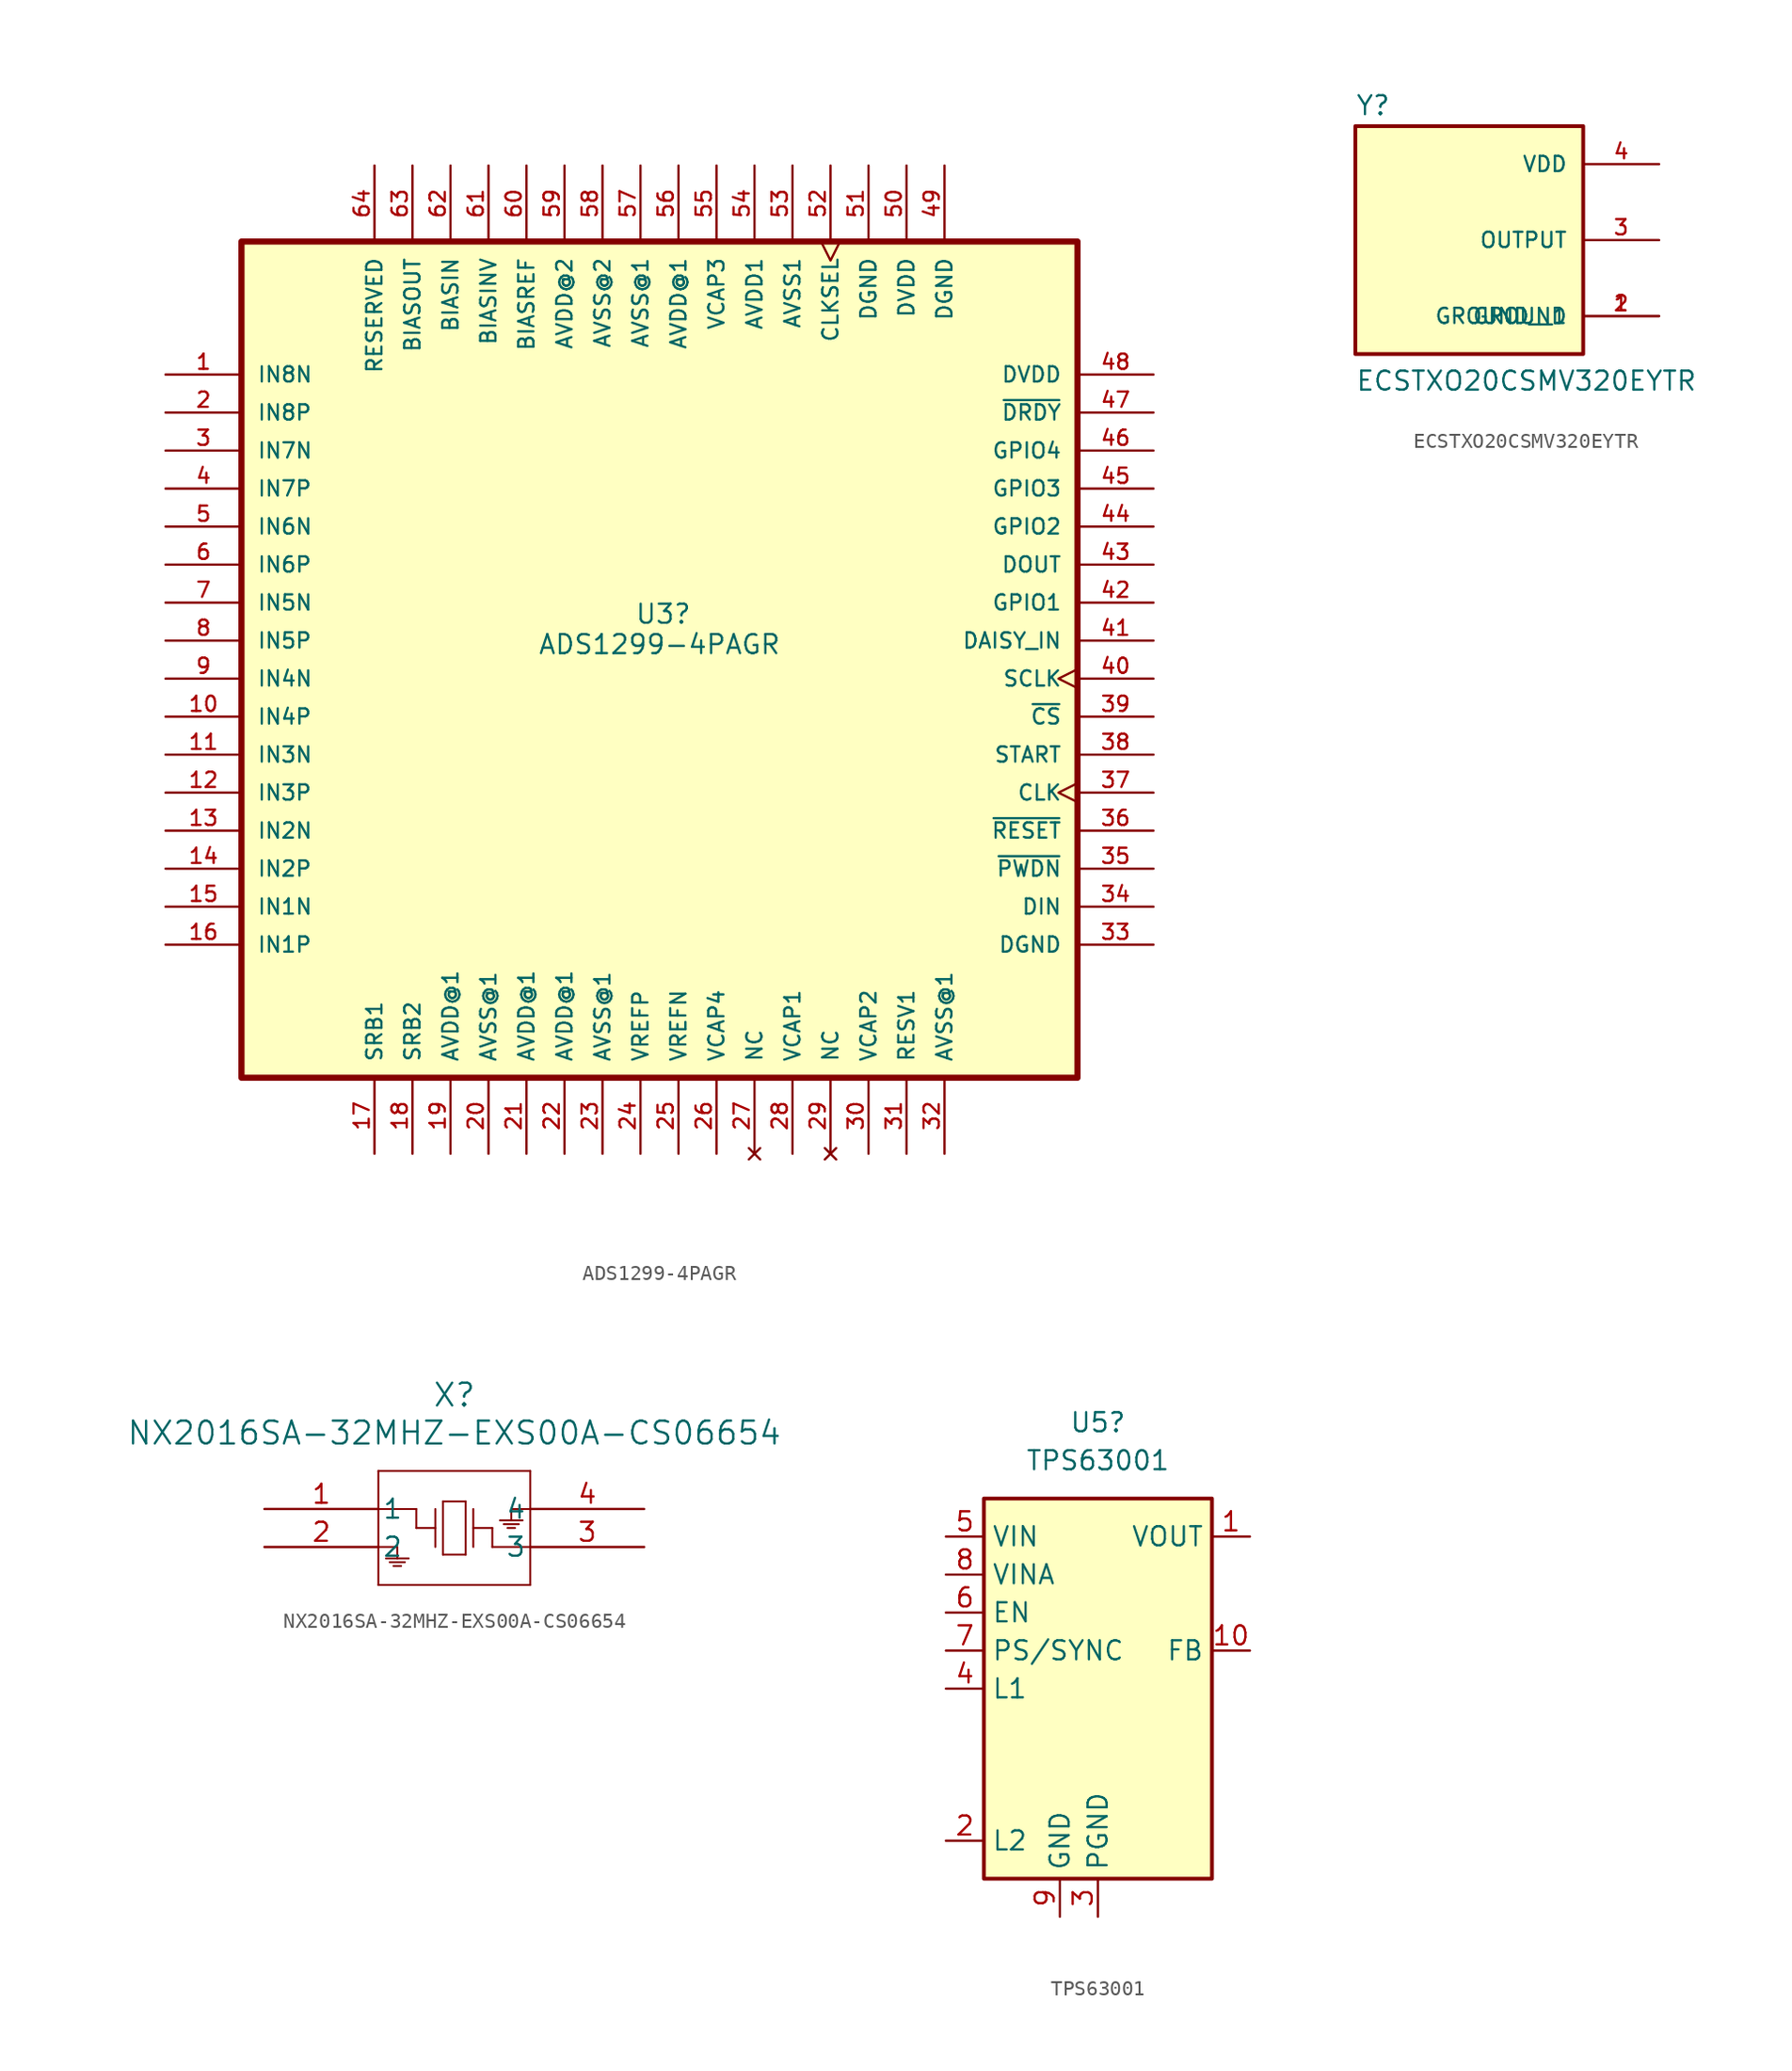
<source format=kicad_sym>
(kicad_symbol_lib
  (version 20241209)
  (generator "kicad_symbol_editor")
  (generator_version "9.0")
  (symbol "ADS1299-4PAGR"
    (pin_names
      (offset 1.016))
    (property "Reference" "U3"
      (at -111.506 18.288 0)
      (effects (font (size 1.27 1.27))))
    (property "Value" "ADS1299-4PAGR"
      (at -111.76 16.256 0)
      (effects (font (size 1.27 1.27))))
    (symbol "ADS1299-4PAGR_0_0"
      (rectangle (start -139.7 43.18) (end -83.82 -12.7) (stroke (width 0.41) (type default)) (fill (type background)))
      (pin input line (at -144.78 34.29 0) (length 5.08) (name "IN8N" (effects (font (size 1.016 1.016)))) (number "1" (effects (font (size 1.016 1.016)))))
      (pin input line (at -144.78 31.75 0) (length 5.08) (name "IN8P" (effects (font (size 1.016 1.016)))) (number "2" (effects (font (size 1.016 1.016)))))
      (pin input line (at -144.78 29.21 0) (length 5.08) (name "IN7N" (effects (font (size 1.016 1.016)))) (number "3" (effects (font (size 1.016 1.016)))))
      (pin input line (at -144.78 26.67 0) (length 5.08) (name "IN7P" (effects (font (size 1.016 1.016)))) (number "4" (effects (font (size 1.016 1.016)))))
      (pin input line (at -144.78 24.13 0) (length 5.08) (name "IN6N" (effects (font (size 1.016 1.016)))) (number "5" (effects (font (size 1.016 1.016)))))
      (pin input line (at -144.78 21.59 0) (length 5.08) (name "IN6P" (effects (font (size 1.016 1.016)))) (number "6" (effects (font (size 1.016 1.016)))))
      (pin input line (at -144.78 19.05 0) (length 5.08) (name "IN5N" (effects (font (size 1.016 1.016)))) (number "7" (effects (font (size 1.016 1.016)))))
      (pin input line (at -144.78 16.51 0) (length 5.08) (name "IN5P" (effects (font (size 1.016 1.016)))) (number "8" (effects (font (size 1.016 1.016)))))
      (pin input line (at -144.78 13.97 0) (length 5.08) (name "IN4N" (effects (font (size 1.016 1.016)))) (number "9" (effects (font (size 1.016 1.016)))))
      (pin input line (at -144.78 11.43 0) (length 5.08) (name "IN4P" (effects (font (size 1.016 1.016)))) (number "10" (effects (font (size 1.016 1.016)))))
      (pin input line (at -144.78 8.89 0) (length 5.08) (name "IN3N" (effects (font (size 1.016 1.016)))) (number "11" (effects (font (size 1.016 1.016)))))
      (pin input line (at -144.78 6.35 0) (length 5.08) (name "IN3P" (effects (font (size 1.016 1.016)))) (number "12" (effects (font (size 1.016 1.016)))))
      (pin input line (at -144.78 3.81 0) (length 5.08) (name "IN2N" (effects (font (size 1.016 1.016)))) (number "13" (effects (font (size 1.016 1.016)))))
      (pin input line (at -144.78 1.27 0) (length 5.08) (name "IN2P" (effects (font (size 1.016 1.016)))) (number "14" (effects (font (size 1.016 1.016)))))
      (pin input line (at -144.78 -1.27 0) (length 5.08) (name "IN1N" (effects (font (size 1.016 1.016)))) (number "15" (effects (font (size 1.016 1.016)))))
      (pin input line (at -144.78 -3.81 0) (length 5.08) (name "IN1P" (effects (font (size 1.016 1.016)))) (number "16" (effects (font (size 1.016 1.016)))))
      (pin output line (at -130.81 48.26 270) (length 5.08) (name "RESERVED" (effects (font (size 1.016 1.016)))) (number "64" (effects (font (size 1.016 1.016)))))
      (pin bidirectional line (at -130.81 -17.78 90) (length 5.08) (name "SRB1" (effects (font (size 1.016 1.016)))) (number "17" (effects (font (size 1.016 1.016)))))
      (pin output line (at -128.27 48.26 270) (length 5.08) (name "BIASOUT" (effects (font (size 1.016 1.016)))) (number "63" (effects (font (size 1.016 1.016)))))
      (pin bidirectional line (at -128.27 -17.78 90) (length 5.08) (name "SRB2" (effects (font (size 1.016 1.016)))) (number "18" (effects (font (size 1.016 1.016)))))
      (pin input line (at -125.73 48.26 270) (length 5.08) (name "BIASIN" (effects (font (size 1.016 1.016)))) (number "62" (effects (font (size 1.016 1.016)))))
      (pin power_in line (at -125.73 -17.78 90) (length 5.08) (name "AVDD@1" (effects (font (size 1.016 1.016)))) (number "19" (effects (font (size 1.016 1.016)))))
      (pin input line (at -123.19 48.26 270) (length 5.08) (name "BIASINV" (effects (font (size 1.016 1.016)))) (number "61" (effects (font (size 1.016 1.016)))))
      (pin power_in line (at -123.19 -17.78 90) (length 5.08) (name "AVSS@1" (effects (font (size 1.016 1.016)))) (number "20" (effects (font (size 1.016 1.016)))))
      (pin input line (at -120.65 48.26 270) (length 5.08) (name "BIASREF" (effects (font (size 1.016 1.016)))) (number "60" (effects (font (size 1.016 1.016)))))
      (pin power_in line (at -120.65 -17.78 90) (length 5.08) (name "AVDD@1" (effects (font (size 1.016 1.016)))) (number "21" (effects (font (size 1.016 1.016)))))
      (pin power_in line (at -118.11 48.26 270) (length 5.08) (name "AVDD@2" (effects (font (size 1.016 1.016)))) (number "59" (effects (font (size 1.016 1.016)))))
      (pin power_in line (at -118.11 -17.78 90) (length 5.08) (name "AVDD@1" (effects (font (size 1.016 1.016)))) (number "22" (effects (font (size 1.016 1.016)))))
      (pin power_in line (at -115.57 48.26 270) (length 5.08) (name "AVSS@2" (effects (font (size 1.016 1.016)))) (number "58" (effects (font (size 1.016 1.016)))))
      (pin power_in line (at -115.57 -17.78 90) (length 5.08) (name "AVSS@1" (effects (font (size 1.016 1.016)))) (number "23" (effects (font (size 1.016 1.016)))))
      (pin power_in line (at -113.03 48.26 270) (length 5.08) (name "AVSS@1" (effects (font (size 1.016 1.016)))) (number "57" (effects (font (size 1.016 1.016)))))
      (pin input line (at -113.03 -17.78 90) (length 5.08) (name "VREFP" (effects (font (size 1.016 1.016)))) (number "24" (effects (font (size 1.016 1.016)))))
      (pin power_in line (at -110.49 48.26 270) (length 5.08) (name "AVDD@1" (effects (font (size 1.016 1.016)))) (number "56" (effects (font (size 1.016 1.016)))))
      (pin input line (at -110.49 -17.78 90) (length 5.08) (name "VREFN" (effects (font (size 1.016 1.016)))) (number "25" (effects (font (size 1.016 1.016)))))
      (pin bidirectional line (at -107.95 48.26 270) (length 5.08) (name "VCAP3" (effects (font (size 1.016 1.016)))) (number "55" (effects (font (size 1.016 1.016)))))
      (pin bidirectional line (at -107.95 -17.78 90) (length 5.08) (name "VCAP4" (effects (font (size 1.016 1.016)))) (number "26" (effects (font (size 1.016 1.016)))))
      (pin power_in line (at -105.41 48.26 270) (length 5.08) (name "AVDD1" (effects (font (size 1.016 1.016)))) (number "54" (effects (font (size 1.016 1.016)))))
      (pin power_in line (at -102.87 48.26 270) (length 5.08) (name "AVSS1" (effects (font (size 1.016 1.016)))) (number "53" (effects (font (size 1.016 1.016)))))
      (pin output line (at -102.87 -17.78 90) (length 5.08) (name "VCAP1" (effects (font (size 1.016 1.016)))) (number "28" (effects (font (size 1.016 1.016)))))
      (pin input clock (at -100.33 48.26 270) (length 5.08) (name "CLKSEL" (effects (font (size 1.016 1.016)))) (number "52" (effects (font (size 1.016 1.016)))))
      (pin power_in line (at -97.79 48.26 270) (length 5.08) (name "DGND" (effects (font (size 1.016 1.016)))) (number "51" (effects (font (size 1.016 1.016)))))
      (pin output line (at -97.79 -17.78 90) (length 5.08) (name "VCAP2" (effects (font (size 1.016 1.016)))) (number "30" (effects (font (size 1.016 1.016)))))
      (pin power_in line (at -95.25 48.26 270) (length 5.08) (name "DVDD" (effects (font (size 1.016 1.016)))) (number "50" (effects (font (size 1.016 1.016)))))
      (pin input line (at -95.25 -17.78 90) (length 5.08) (name "RESV1" (effects (font (size 1.016 1.016)))) (number "31" (effects (font (size 1.016 1.016)))))
      (pin power_in line (at -92.71 48.26 270) (length 5.08) (name "DGND" (effects (font (size 1.016 1.016)))) (number "49" (effects (font (size 1.016 1.016)))))
      (pin power_in line (at -92.71 -17.78 90) (length 5.08) (name "AVSS@1" (effects (font (size 1.016 1.016)))) (number "32" (effects (font (size 1.016 1.016)))))
      (pin power_in line (at -78.74 34.29 180) (length 5.08) (name "DVDD" (effects (font (size 1.016 1.016)))) (number "48" (effects (font (size 1.016 1.016)))))
      (pin output line (at -78.74 31.75 180) (length 5.08) (name "~{DRDY}" (effects (font (size 1.016 1.016)))) (number "47" (effects (font (size 1.016 1.016)))))
      (pin bidirectional line (at -78.74 29.21 180) (length 5.08) (name "GPIO4" (effects (font (size 1.016 1.016)))) (number "46" (effects (font (size 1.016 1.016)))))
      (pin bidirectional line (at -78.74 26.67 180) (length 5.08) (name "GPIO3" (effects (font (size 1.016 1.016)))) (number "45" (effects (font (size 1.016 1.016)))))
      (pin bidirectional line (at -78.74 24.13 180) (length 5.08) (name "GPIO2" (effects (font (size 1.016 1.016)))) (number "44" (effects (font (size 1.016 1.016)))))
      (pin output line (at -78.74 21.59 180) (length 5.08) (name "DOUT" (effects (font (size 1.016 1.016)))) (number "43" (effects (font (size 1.016 1.016)))))
      (pin bidirectional line (at -78.74 19.05 180) (length 5.08) (name "GPIO1" (effects (font (size 1.016 1.016)))) (number "42" (effects (font (size 1.016 1.016)))))
      (pin input line (at -78.74 16.51 180) (length 5.08) (name "DAISY_IN" (effects (font (size 1.016 1.016)))) (number "41" (effects (font (size 1.016 1.016)))))
      (pin input clock (at -78.74 13.97 180) (length 5.08) (name "SCLK" (effects (font (size 1.016 1.016)))) (number "40" (effects (font (size 1.016 1.016)))))
      (pin input line (at -78.74 11.43 180) (length 5.08) (name "~{CS}" (effects (font (size 1.016 1.016)))) (number "39" (effects (font (size 1.016 1.016)))))
      (pin input line (at -78.74 8.89 180) (length 5.08) (name "START" (effects (font (size 1.016 1.016)))) (number "38" (effects (font (size 1.016 1.016)))))
      (pin input clock (at -78.74 6.35 180) (length 5.08) (name "CLK" (effects (font (size 1.016 1.016)))) (number "37" (effects (font (size 1.016 1.016)))))
      (pin input line (at -78.74 3.81 180) (length 5.08) (name "~{RESET}" (effects (font (size 1.016 1.016)))) (number "36" (effects (font (size 1.016 1.016)))))
      (pin input line (at -78.74 1.27 180) (length 5.08) (name "~{PWDN}" (effects (font (size 1.016 1.016)))) (number "35" (effects (font (size 1.016 1.016)))))
      (pin input line (at -78.74 -1.27 180) (length 5.08) (name "DIN" (effects (font (size 1.016 1.016)))) (number "34" (effects (font (size 1.016 1.016)))))
      (pin power_in line (at -78.74 -3.81 180) (length 5.08) (name "DGND" (effects (font (size 1.016 1.016)))) (number "33" (effects (font (size 1.016 1.016))))))
    (symbol "ADS1299-4PAGR_1_0"
      (pin no_connect line (at -105.41 -17.78 90) (length 5.08) (name "NC" (effects (font (size 1.016 1.016)))) (number "27" (effects (font (size 1.016 1.016)))))
      (pin no_connect line (at -100.33 -17.78 90) (length 5.08) (name "NC" (effects (font (size 1.016 1.016)))) (number "29" (effects (font (size 1.016 1.016)))))))
  (symbol "ECSTXO20CSMV320EYTR"
    (pin_names
      (offset 1.016))
    (property "Reference" "Y"
      (at -7.62 8.255 0)
      (effects (font (size 1.27 1.27)) (justify left bottom)))
    (property "Value" "ECSTXO20CSMV320EYTR"
      (at -7.62 -10.16 0)
      (effects (font (size 1.27 1.27)) (justify left bottom)))
    (symbol "ECSTXO20CSMV320EYTR_0_0"
      (rectangle (start -7.62 7.62) (end 7.62 -7.62) (stroke (width 0.254) (type default)) (fill (type background)))
      (pin power_in line (at 12.7 5.08 180) (length 5.08) (name "VDD" (effects (font (size 1.016 1.016)))) (number "4" (effects (font (size 1.016 1.016)))))
      (pin output line (at 12.7 0 180) (length 5.08) (name "OUTPUT" (effects (font (size 1.016 1.016)))) (number "3" (effects (font (size 1.016 1.016)))))
      (pin power_in line (at 12.7 -5.08 180) (length 5.08) (name "GROUND" (effects (font (size 1.016 1.016)))) (number "1" (effects (font (size 1.016 1.016)))))
      (pin power_in line (at 12.7 -5.08 180) (length 5.08) (name "GROUND__1" (effects (font (size 1.016 1.016)))) (number "2" (effects (font (size 1.016 1.016)))))))
  (symbol "NX2016SA-32MHZ-EXS00A-CS06654"
    (pin_names
      (offset 0.254))
    (property "Reference" "X"
      (at 12.7 7.62 0)
      (effects (font (size 1.524 1.524))))
    (property "Value" "NX2016SA-32MHZ-EXS00A-CS06654"
      (at 12.7 5.08 0)
      (effects (font (size 1.524 1.524))))
    (property "ki_locked" ""
      (at 0 0 0)
      (effects (font (size 1.27 1.27))))
    (symbol "NX2016SA-32MHZ-EXS00A-CS06654_0_1"
      (polyline (pts (xy 7.62 2.54) (xy 7.62 -5.08)) (stroke (width 0.127) (type default)) (fill (type none)))
      (polyline (pts (xy 7.62 -2.54) (xy 8.89 -2.54)) (stroke (width 0.127) (type default)) (fill (type none)))
      (polyline (pts (xy 7.62 -5.08) (xy 17.78 -5.08)) (stroke (width 0.127) (type default)) (fill (type none)))
      (polyline (pts (xy 8.128 -3.302) (xy 9.652 -3.302)) (stroke (width 0.127) (type default)) (fill (type none)))
      (polyline (pts (xy 8.382 -3.556) (xy 9.398 -3.556)) (stroke (width 0.127) (type default)) (fill (type none)))
      (polyline (pts (xy 8.636 -3.81) (xy 9.144 -3.81)) (stroke (width 0.127) (type default)) (fill (type none)))
      (polyline (pts (xy 8.89 -2.54) (xy 8.89 -3.302)) (stroke (width 0.127) (type default)) (fill (type none)))
      (polyline (pts (xy 10.16 0) (xy 7.62 0)) (stroke (width 0.127) (type default)) (fill (type none)))
      (polyline (pts (xy 10.16 -1.27) (xy 10.16 0)) (stroke (width 0.127) (type default)) (fill (type none)))
      (polyline (pts (xy 11.43 0) (xy 11.43 -2.54)) (stroke (width 0.127) (type default)) (fill (type none)))
      (polyline (pts (xy 11.43 -1.27) (xy 10.16 -1.27)) (stroke (width 0.127) (type default)) (fill (type none)))
      (polyline (pts (xy 11.938 0.508) (xy 11.938 -3.048)) (stroke (width 0.127) (type default)) (fill (type none)))
      (polyline (pts (xy 11.938 -3.048) (xy 13.462 -3.048)) (stroke (width 0.127) (type default)) (fill (type none)))
      (polyline (pts (xy 13.462 0.508) (xy 11.938 0.508)) (stroke (width 0.127) (type default)) (fill (type none)))
      (polyline (pts (xy 13.462 -3.048) (xy 13.462 0.508)) (stroke (width 0.127) (type default)) (fill (type none)))
      (polyline (pts (xy 13.97 0) (xy 13.97 -2.54)) (stroke (width 0.127) (type default)) (fill (type none)))
      (polyline (pts (xy 13.97 -1.27) (xy 15.24 -1.27)) (stroke (width 0.127) (type default)) (fill (type none)))
      (polyline (pts (xy 15.24 -1.27) (xy 15.24 -2.54)) (stroke (width 0.127) (type default)) (fill (type none)))
      (polyline (pts (xy 15.24 -2.54) (xy 17.78 -2.54)) (stroke (width 0.127) (type default)) (fill (type none)))
      (polyline (pts (xy 16.51 0) (xy 16.51 -0.762)) (stroke (width 0.127) (type default)) (fill (type none)))
      (polyline (pts (xy 16.764 -1.27) (xy 16.256 -1.27)) (stroke (width 0.127) (type default)) (fill (type none)))
      (polyline (pts (xy 17.018 -1.016) (xy 16.002 -1.016)) (stroke (width 0.127) (type default)) (fill (type none)))
      (polyline (pts (xy 17.272 -0.762) (xy 15.748 -0.762)) (stroke (width 0.127) (type default)) (fill (type none)))
      (polyline (pts (xy 17.78 2.54) (xy 7.62 2.54)) (stroke (width 0.127) (type default)) (fill (type none)))
      (polyline (pts (xy 17.78 0) (xy 16.51 0)) (stroke (width 0.127) (type default)) (fill (type none)))
      (polyline (pts (xy 17.78 -5.08) (xy 17.78 2.54)) (stroke (width 0.127) (type default)) (fill (type none)))
      (pin unspecified line (at 0 0 0) (length 7.62) (name "1" (effects (font (size 1.27 1.27)))) (number "1" (effects (font (size 1.27 1.27)))))
      (pin unspecified line (at 0 -2.54 0) (length 7.62) (name "2" (effects (font (size 1.27 1.27)))) (number "2" (effects (font (size 1.27 1.27)))))
      (pin unspecified line (at 25.4 0 180) (length 7.62) (name "4" (effects (font (size 1.27 1.27)))) (number "4" (effects (font (size 1.27 1.27)))))
      (pin unspecified line (at 25.4 -2.54 180) (length 7.62) (name "3" (effects (font (size 1.27 1.27)))) (number "3" (effects (font (size 1.27 1.27)))))))
  (symbol "TPS63001"
    (property "Reference" "U5"
      (at 0 17.78 0)
      (effects (font (size 1.27 1.27))))
    (property "Value" "TPS63001"
      (at 0 15.24 0)
      (effects (font (size 1.27 1.27))))
    (symbol "TPS63001_0_1"
      (rectangle (start -7.62 12.7) (end 7.62 -12.7) (stroke (width 0.254) (type default)) (fill (type background))))
    (symbol "TPS63001_1_1"
      (pin power_in line (at -10.16 10.16 0) (length 2.54) (name "VIN" (effects (font (size 1.27 1.27)))) (number "5" (effects (font (size 1.27 1.27)))))
      (pin power_in line (at -10.16 7.62 0) (length 2.54) (name "VINA" (effects (font (size 1.27 1.27)))) (number "8" (effects (font (size 1.27 1.27)))))
      (pin input line (at -10.16 5.08 0) (length 2.54) (name "EN" (effects (font (size 1.27 1.27)))) (number "6" (effects (font (size 1.27 1.27)))))
      (pin input line (at -10.16 2.54 0) (length 2.54) (name "PS/SYNC" (effects (font (size 1.27 1.27)))) (number "7" (effects (font (size 1.27 1.27)))))
      (pin input line (at -10.16 0 0) (length 2.54) (name "L1" (effects (font (size 1.27 1.27)))) (number "4" (effects (font (size 1.27 1.27)))))
      (pin input line (at -10.16 -10.16 0) (length 2.54) (name "L2" (effects (font (size 1.27 1.27)))) (number "2" (effects (font (size 1.27 1.27)))))
      (pin power_in line (at -2.54 -15.24 90) (length 2.54) (name "GND" (effects (font (size 1.27 1.27)))) (number "9" (effects (font (size 1.27 1.27)))))
      (pin passive line (at 0 -15.24 90) (length 2.54) (hide yes) (name "PGND" (effects (font (size 1.27 1.27)))) (number "11" (effects (font (size 1.27 1.27)))))
      (pin power_in line (at 0 -15.24 90) (length 2.54) (name "PGND" (effects (font (size 1.27 1.27)))) (number "3" (effects (font (size 1.27 1.27)))))
      (pin power_out line (at 10.16 10.16 180) (length 2.54) (name "VOUT" (effects (font (size 1.27 1.27)))) (number "1" (effects (font (size 1.27 1.27)))))
      (pin input line (at 10.16 2.54 180) (length 2.54) (name "FB" (effects (font (size 1.27 1.27)))) (number "10" (effects (font (size 1.27 1.27))))))))
</source>
